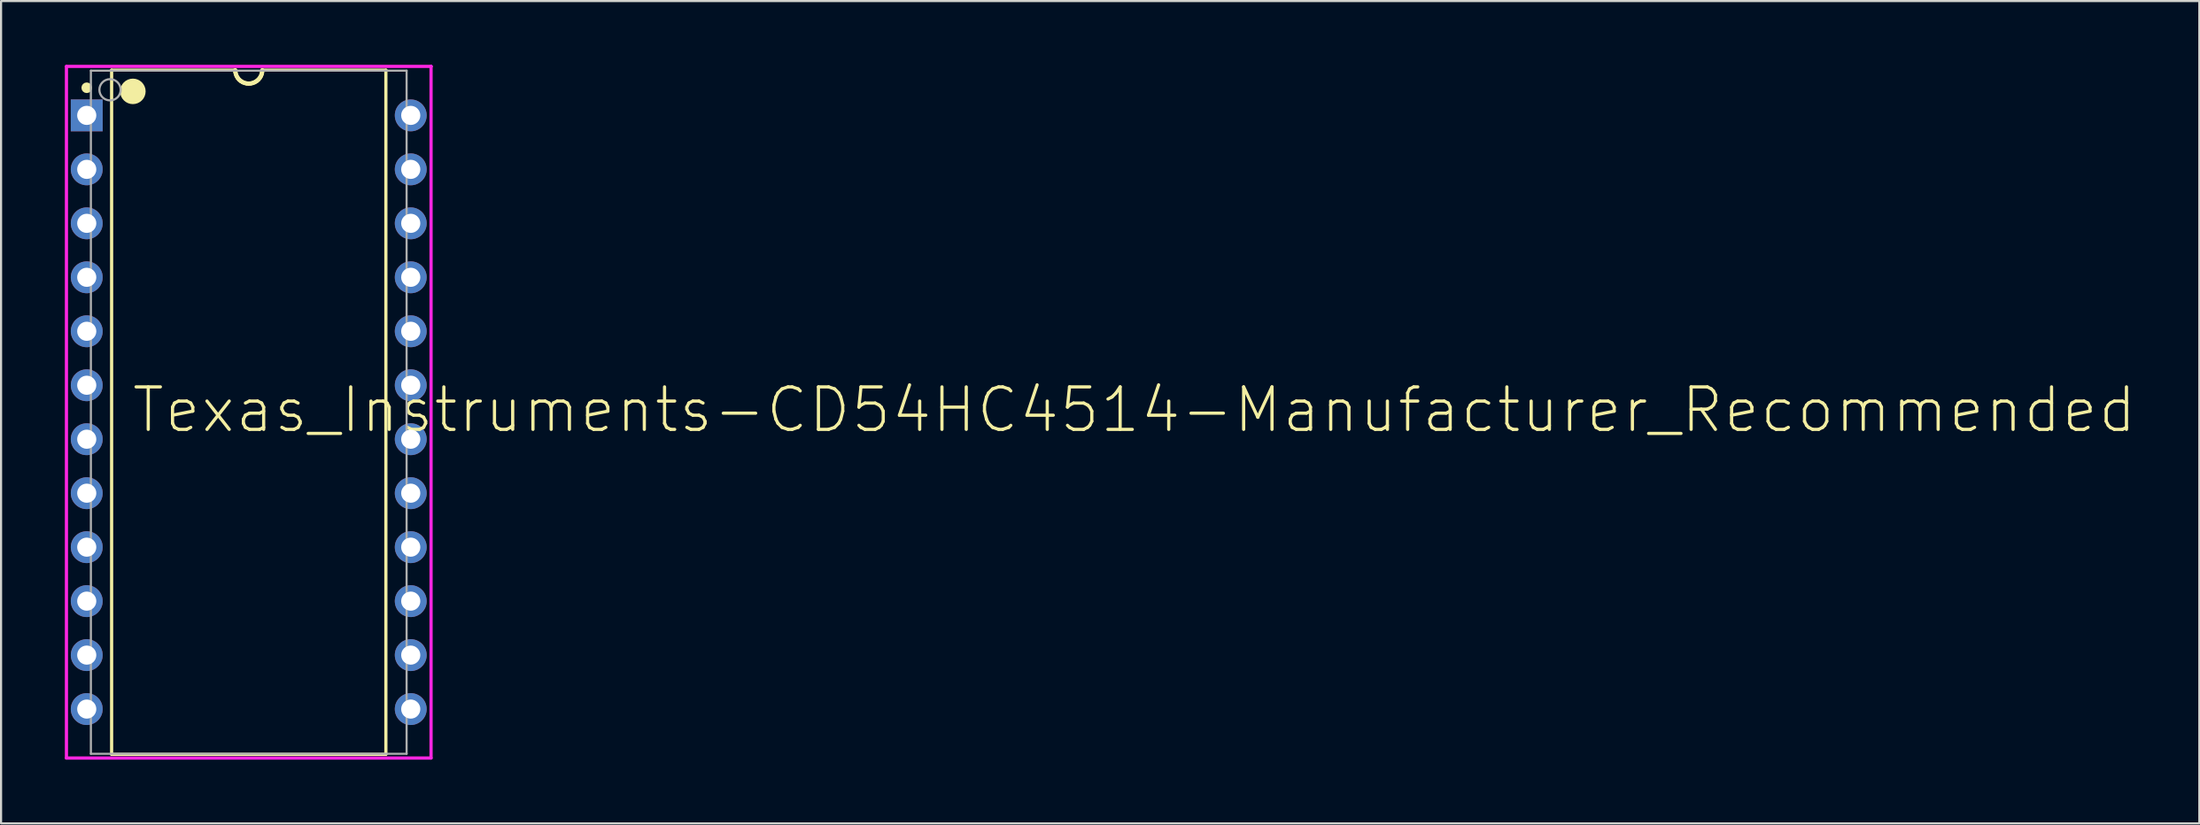
<source format=kicad_pcb>
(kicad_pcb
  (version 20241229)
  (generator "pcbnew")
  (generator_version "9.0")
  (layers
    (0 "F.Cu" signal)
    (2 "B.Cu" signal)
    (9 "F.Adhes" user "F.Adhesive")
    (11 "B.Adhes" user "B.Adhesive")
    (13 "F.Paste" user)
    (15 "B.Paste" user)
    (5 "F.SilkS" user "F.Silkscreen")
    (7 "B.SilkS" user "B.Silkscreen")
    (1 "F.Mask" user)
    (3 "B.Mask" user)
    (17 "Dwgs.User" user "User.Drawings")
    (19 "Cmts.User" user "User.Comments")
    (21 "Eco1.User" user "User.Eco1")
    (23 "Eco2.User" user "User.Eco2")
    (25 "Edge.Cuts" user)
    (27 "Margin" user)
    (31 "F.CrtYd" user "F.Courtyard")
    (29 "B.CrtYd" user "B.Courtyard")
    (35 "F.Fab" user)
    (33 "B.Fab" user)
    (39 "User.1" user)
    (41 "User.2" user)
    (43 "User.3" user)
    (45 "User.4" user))
  (footprint "Texas_Instruments-CD54HC4514-Manufacturer_Recommended"
    (layer "F.Cu")
    (at 8.65 16.35)
    (property "Reference" "Texas_Instruments-CD54HC4514-Manufacturer_Recommended" (at -5.588 -0.111 0) (layer "F.SilkS") (effects (font (size 2 2) (thickness 0.15)) (justify left)))
    (attr through_hole)
    (fp_line (start -6.45 -16.1) (end -0.635 -16.1) (stroke (width 0.15) (type solid)) (layer "F.SilkS"))
    (fp_line (start -6.45 16.1) (end -6.45 -16.1) (stroke (width 0.15) (type solid)) (layer "F.SilkS"))
    (fp_line (start -6.45 16.1) (end 6.45 16.1) (stroke (width 0.15) (type solid)) (layer "F.SilkS"))
    (fp_line (start -0.635 -16.1) (end -0.627 -16.001) (stroke (width 0.2) (type solid)) (layer "F.SilkS"))
    (fp_line (start -0.627 -16.001) (end -0.604 -15.904) (stroke (width 0.2) (type solid)) (layer "F.SilkS"))
    (fp_line (start -0.604 -15.904) (end -0.566 -15.812) (stroke (width 0.2) (type solid)) (layer "F.SilkS"))
    (fp_line (start -0.566 -15.812) (end -0.514 -15.727) (stroke (width 0.2) (type solid)) (layer "F.SilkS"))
    (fp_line (start -0.514 -15.727) (end -0.449 -15.651) (stroke (width 0.2) (type solid)) (layer "F.SilkS"))
    (fp_line (start -0.449 -15.651) (end -0.373 -15.586) (stroke (width 0.2) (type solid)) (layer "F.SilkS"))
    (fp_line (start -0.373 -15.586) (end -0.288 -15.534) (stroke (width 0.2) (type solid)) (layer "F.SilkS"))
    (fp_line (start -0.288 -15.534) (end -0.196 -15.496) (stroke (width 0.2) (type solid)) (layer "F.SilkS"))
    (fp_line (start -0.196 -15.496) (end -0.099 -15.473) (stroke (width 0.2) (type solid)) (layer "F.SilkS"))
    (fp_line (start -0.099 -15.473) (end 0 -15.465) (stroke (width 0.2) (type solid)) (layer "F.SilkS"))
    (fp_line (start 0 -15.465) (end 0.099 -15.473) (stroke (width 0.2) (type solid)) (layer "F.SilkS"))
    (fp_line (start 0.099 -15.473) (end 0.196 -15.496) (stroke (width 0.2) (type solid)) (layer "F.SilkS"))
    (fp_line (start 0.196 -15.496) (end 0.288 -15.534) (stroke (width 0.2) (type solid)) (layer "F.SilkS"))
    (fp_line (start 0.288 -15.534) (end 0.373 -15.586) (stroke (width 0.2) (type solid)) (layer "F.SilkS"))
    (fp_line (start 0.373 -15.586) (end 0.449 -15.651) (stroke (width 0.2) (type solid)) (layer "F.SilkS"))
    (fp_line (start 0.449 -15.651) (end 0.514 -15.727) (stroke (width 0.2) (type solid)) (layer "F.SilkS"))
    (fp_line (start 0.514 -15.727) (end 0.566 -15.812) (stroke (width 0.2) (type solid)) (layer "F.SilkS"))
    (fp_line (start 0.566 -15.812) (end 0.604 -15.904) (stroke (width 0.2) (type solid)) (layer "F.SilkS"))
    (fp_line (start 0.604 -15.904) (end 0.627 -16.001) (stroke (width 0.2) (type solid)) (layer "F.SilkS"))
    (fp_line (start 0.627 -16.001) (end 0.635 -16.1) (stroke (width 0.2) (type solid)) (layer "F.SilkS"))
    (fp_line (start 0.635 -16.1) (end 6.45 -16.1) (stroke (width 0.15) (type solid)) (layer "F.SilkS"))
    (fp_line (start 6.45 16.1) (end 6.45 -16.1) (stroke (width 0.15) (type solid)) (layer "F.SilkS"))
    (fp_circle (center -7.62 -15.27) (end -7.495 -15.27) (stroke (width 0.25) (type solid)) (fill no) (layer "F.SilkS"))
    (fp_circle (center -5.45 -15.1) (end -5.15 -15.1) (stroke (width 0.6) (type solid)) (fill no) (layer "F.SilkS"))
    (fp_line (start -8.575 -16.275) (end -8.575 16.275) (stroke (width 0.15) (type solid)) (layer "F.CrtYd"))
    (fp_line (start -8.575 16.275) (end 8.575 16.275) (stroke (width 0.15) (type solid)) (layer "F.CrtYd"))
    (fp_line (start 8.575 -16.275) (end -8.575 -16.275) (stroke (width 0.15) (type solid)) (layer "F.CrtYd"))
    (fp_line (start 8.575 -16.275) (end 8.575 -16.275) (stroke (width 0.15) (type solid)) (layer "F.CrtYd"))
    (fp_line (start 8.575 16.275) (end 8.575 -16.275) (stroke (width 0.15) (type solid)) (layer "F.CrtYd"))
    (fp_line (start -7.425 -16.075) (end 7.425 -16.075) (stroke (width 0.1) (type solid)) (layer "F.Fab"))
    (fp_line (start -7.425 16.075) (end -7.425 -16.075) (stroke (width 0.1) (type solid)) (layer "F.Fab"))
    (fp_line (start -7.425 16.075) (end 7.425 16.075) (stroke (width 0.1) (type solid)) (layer "F.Fab"))
    (fp_line (start 7.425 16.075) (end 7.425 -16.075) (stroke (width 0.1) (type solid)) (layer "F.Fab"))
    (fp_circle (center -6.525 -15.175) (end -6.025 -15.175) (stroke (width 0.1) (type solid)) (fill no) (layer "F.Fab"))
    (pad "1" thru_hole rect (at -7.62 -13.97) (size 1.5 1.5) (drill 0.9) (layers "*.Cu"))
    (pad "2" thru_hole circle (at -7.62 -11.43) (size 1.5 1.5) (drill 0.9) (layers "*.Cu"))
    (pad "3" thru_hole circle (at -7.62 -8.89) (size 1.5 1.5) (drill 0.9) (layers "*.Cu"))
    (pad "4" thru_hole circle (at -7.62 -6.35) (size 1.5 1.5) (drill 0.9) (layers "*.Cu"))
    (pad "5" thru_hole circle (at -7.62 -3.81) (size 1.5 1.5) (drill 0.9) (layers "*.Cu"))
    (pad "6" thru_hole circle (at -7.62 -1.27) (size 1.5 1.5) (drill 0.9) (layers "*.Cu"))
    (pad "7" thru_hole circle (at -7.62 1.27) (size 1.5 1.5) (drill 0.9) (layers "*.Cu"))
    (pad "8" thru_hole circle (at -7.62 3.81) (size 1.5 1.5) (drill 0.9) (layers "*.Cu"))
    (pad "9" thru_hole circle (at -7.62 6.35) (size 1.5 1.5) (drill 0.9) (layers "*.Cu"))
    (pad "10" thru_hole circle (at -7.62 8.89) (size 1.5 1.5) (drill 0.9) (layers "*.Cu"))
    (pad "11" thru_hole circle (at -7.62 11.43) (size 1.5 1.5) (drill 0.9) (layers "*.Cu"))
    (pad "12" thru_hole circle (at -7.62 13.97) (size 1.5 1.5) (drill 0.9) (layers "*.Cu"))
    (pad "13" thru_hole circle (at 7.62 13.97) (size 1.5 1.5) (drill 0.9) (layers "*.Cu"))
    (pad "14" thru_hole circle (at 7.62 11.43) (size 1.5 1.5) (drill 0.9) (layers "*.Cu"))
    (pad "15" thru_hole circle (at 7.62 8.89) (size 1.5 1.5) (drill 0.9) (layers "*.Cu"))
    (pad "16" thru_hole circle (at 7.62 6.35) (size 1.5 1.5) (drill 0.9) (layers "*.Cu"))
    (pad "17" thru_hole circle (at 7.62 3.81) (size 1.5 1.5) (drill 0.9) (layers "*.Cu"))
    (pad "18" thru_hole circle (at 7.62 1.27) (size 1.5 1.5) (drill 0.9) (layers "*.Cu"))
    (pad "19" thru_hole circle (at 7.62 -1.27) (size 1.5 1.5) (drill 0.9) (layers "*.Cu"))
    (pad "20" thru_hole circle (at 7.62 -3.81) (size 1.5 1.5) (drill 0.9) (layers "*.Cu"))
    (pad "21" thru_hole circle (at 7.62 -6.35) (size 1.5 1.5) (drill 0.9) (layers "*.Cu"))
    (pad "22" thru_hole circle (at 7.62 -8.89) (size 1.5 1.5) (drill 0.9) (layers "*.Cu"))
    (pad "23" thru_hole circle (at 7.62 -11.43) (size 1.5 1.5) (drill 0.9) (layers "*.Cu"))
    (pad "24" thru_hole circle (at 7.62 -13.97) (size 1.5 1.5) (drill 0.9) (layers "*.Cu")))
  (gr_rect
    (start -3 -3)
    (end 100.398 35.7)
    (stroke (width 0.1) (type default))
    (fill no)
    (layer "Edge.Cuts")))
</source>
